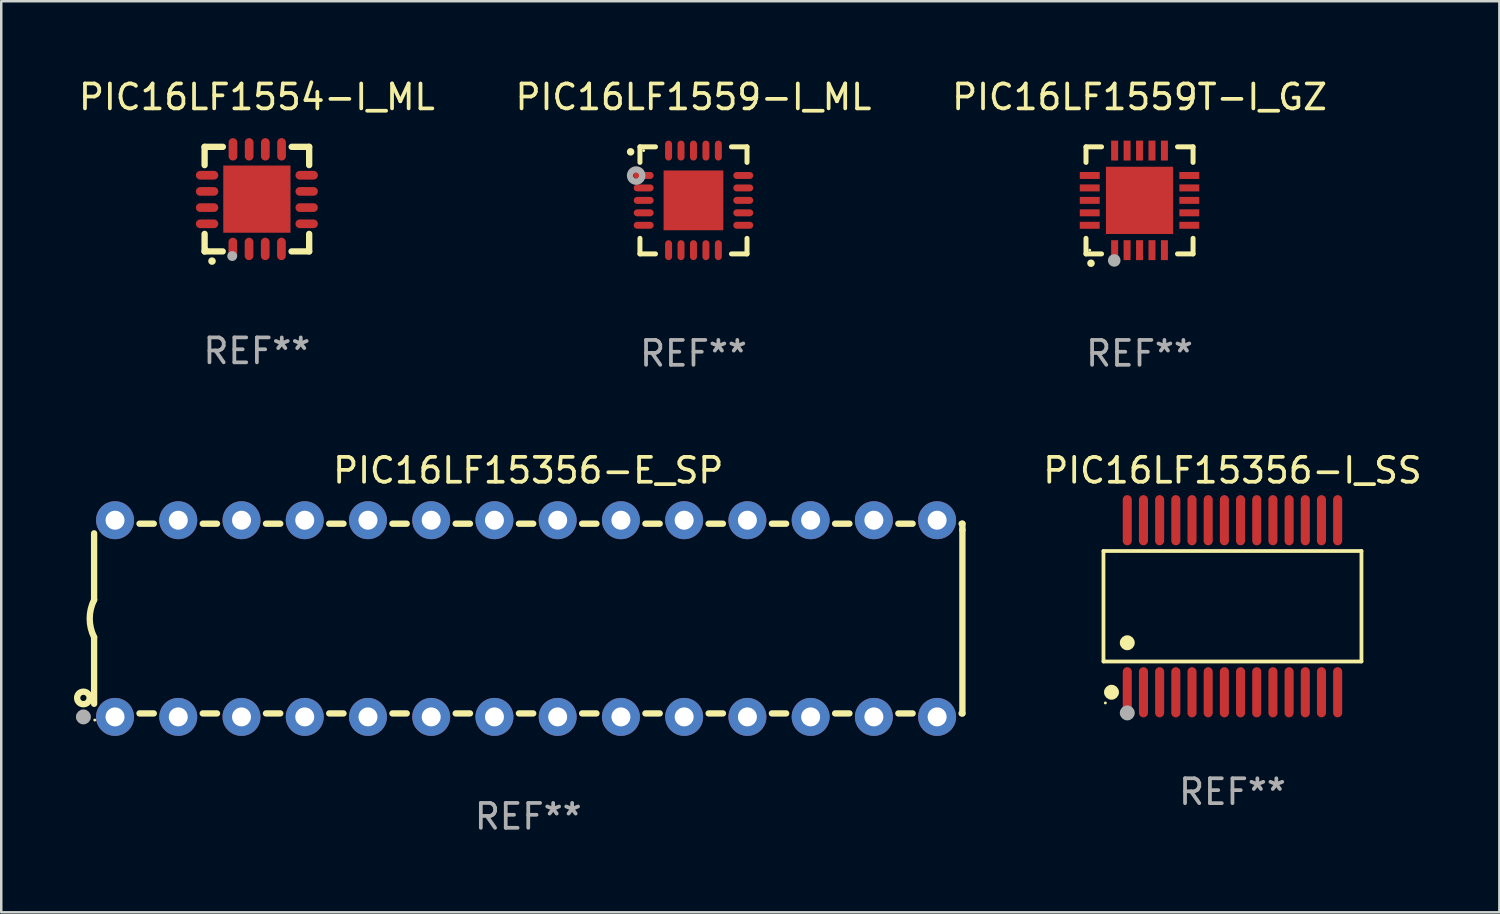
<source format=kicad_pcb>
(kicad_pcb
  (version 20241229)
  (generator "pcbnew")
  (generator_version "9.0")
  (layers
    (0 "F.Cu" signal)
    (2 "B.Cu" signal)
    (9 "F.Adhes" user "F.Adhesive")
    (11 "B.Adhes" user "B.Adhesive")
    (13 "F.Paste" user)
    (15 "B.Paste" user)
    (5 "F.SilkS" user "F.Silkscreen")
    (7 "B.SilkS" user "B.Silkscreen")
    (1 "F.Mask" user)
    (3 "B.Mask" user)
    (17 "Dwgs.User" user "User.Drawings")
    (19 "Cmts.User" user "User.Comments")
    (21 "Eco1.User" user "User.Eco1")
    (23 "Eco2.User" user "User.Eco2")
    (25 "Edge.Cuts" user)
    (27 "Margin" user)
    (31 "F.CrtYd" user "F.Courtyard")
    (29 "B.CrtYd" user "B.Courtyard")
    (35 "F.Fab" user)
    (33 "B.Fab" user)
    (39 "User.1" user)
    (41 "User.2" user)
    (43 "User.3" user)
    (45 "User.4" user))
  (footprint "PIC16LF15356-E_SP"
    (layer "F.Cu")
    (at 18.168 21.795)
    (property "Reference" "PIC16LF15356-E_SP" (at 0 -5.95 0) (layer "F.SilkS") (effects (font (size 1 1) (thickness 0.15))))
    (attr through_hole)
    (fp_line (start -17.438 0.75) (end -17.438 3.423) (stroke (width 0.254) (type solid)) (layer "F.SilkS"))
    (fp_line (start -17.438 -3.423) (end -17.438 -0.75) (stroke (width 0.254) (type solid)) (layer "F.SilkS"))
    (fp_line (start -15.615 3.81) (end -15.041 3.81) (stroke (width 0.254) (type solid)) (layer "F.SilkS"))
    (fp_line (start -15.041 -3.81) (end -15.614 -3.81) (stroke (width 0.254) (type solid)) (layer "F.SilkS"))
    (fp_line (start -13.075 3.81) (end -12.501 3.81) (stroke (width 0.254) (type solid)) (layer "F.SilkS"))
    (fp_line (start -12.501 -3.81) (end -13.074 -3.81) (stroke (width 0.254) (type solid)) (layer "F.SilkS"))
    (fp_line (start -10.535 3.81) (end -9.961 3.81) (stroke (width 0.254) (type solid)) (layer "F.SilkS"))
    (fp_line (start -9.961 -3.81) (end -10.534 -3.81) (stroke (width 0.254) (type solid)) (layer "F.SilkS"))
    (fp_line (start -7.995 3.81) (end -7.421 3.81) (stroke (width 0.254) (type solid)) (layer "F.SilkS"))
    (fp_line (start -7.421 -3.81) (end -7.995 -3.81) (stroke (width 0.254) (type solid)) (layer "F.SilkS"))
    (fp_line (start -5.455 3.81) (end -4.881 3.81) (stroke (width 0.254) (type solid)) (layer "F.SilkS"))
    (fp_line (start -4.881 -3.81) (end -5.455 -3.81) (stroke (width 0.254) (type solid)) (layer "F.SilkS"))
    (fp_line (start -2.915 3.81) (end -2.341 3.81) (stroke (width 0.254) (type solid)) (layer "F.SilkS"))
    (fp_line (start -2.341 -3.81) (end -2.915 -3.81) (stroke (width 0.254) (type solid)) (layer "F.SilkS"))
    (fp_line (start -0.375 3.81) (end 0.199 3.81) (stroke (width 0.254) (type solid)) (layer "F.SilkS"))
    (fp_line (start 0.199 -3.81) (end -0.375 -3.81) (stroke (width 0.254) (type solid)) (layer "F.SilkS"))
    (fp_line (start 2.165 3.81) (end 2.739 3.81) (stroke (width 0.254) (type solid)) (layer "F.SilkS"))
    (fp_line (start 2.739 -3.81) (end 2.165 -3.81) (stroke (width 0.254) (type solid)) (layer "F.SilkS"))
    (fp_line (start 4.705 3.81) (end 5.279 3.81) (stroke (width 0.254) (type solid)) (layer "F.SilkS"))
    (fp_line (start 5.279 -3.81) (end 4.705 -3.81) (stroke (width 0.254) (type solid)) (layer "F.SilkS"))
    (fp_line (start 7.245 3.81) (end 7.819 3.81) (stroke (width 0.254) (type solid)) (layer "F.SilkS"))
    (fp_line (start 7.819 -3.81) (end 7.245 -3.81) (stroke (width 0.254) (type solid)) (layer "F.SilkS"))
    (fp_line (start 9.785 3.81) (end 10.359 3.81) (stroke (width 0.254) (type solid)) (layer "F.SilkS"))
    (fp_line (start 10.359 -3.81) (end 9.785 -3.81) (stroke (width 0.254) (type solid)) (layer "F.SilkS"))
    (fp_line (start 12.325 3.81) (end 12.899 3.81) (stroke (width 0.254) (type solid)) (layer "F.SilkS"))
    (fp_line (start 12.899 -3.81) (end 12.325 -3.81) (stroke (width 0.254) (type solid)) (layer "F.SilkS"))
    (fp_line (start 14.865 3.81) (end 15.439 3.81) (stroke (width 0.254) (type solid)) (layer "F.SilkS"))
    (fp_line (start 15.439 -3.81) (end 14.865 -3.81) (stroke (width 0.254) (type solid)) (layer "F.SilkS"))
    (fp_line (start 17.405 3.81) (end 17.438 3.81) (stroke (width 0.254) (type solid)) (layer "F.SilkS"))
    (fp_line (start 17.438 -3.81) (end 17.405 -3.81) (stroke (width 0.254) (type solid)) (layer "F.SilkS"))
    (fp_line (start 17.438 -3.556) (end 17.438 -3.81) (stroke (width 0.254) (type solid)) (layer "F.SilkS"))
    (fp_line (start 17.438 3.81) (end 17.438 -3.556) (stroke (width 0.254) (type solid)) (layer "F.SilkS"))
    (fp_arc (start -17.437986 0.749657) (mid -17.614887 -0.000024) (end -17.437783 -0.749657) (stroke (width 0.254001) (type solid)) (layer "F.SilkS"))
    (fp_circle (center -17.868 3.188) (end -17.743 3.188) (stroke (width 0.254) (type solid)) (fill no) (layer "F.SilkS"))
    (fp_circle (center -17.411 4.077) (end -17.381 4.077) (stroke (width 0.06) (type solid)) (fill no) (layer "F.SilkS"))
    (fp_circle (center -17.868 3.95) (end -17.718 3.95) (stroke (width 0.3) (type solid)) (fill no) (layer "F.Fab"))
    (fp_text user "REF**" (at 0 7.95 0) (layer "F.Fab") (effects (font (size 1 1) (thickness 0.15))))
    (pad "1" thru_hole circle (at -16.598 3.95) (size 1.524 1.524) (drill 0.762) (layers "*.Cu" "*.Mask"))
    (pad "2" thru_hole circle (at -14.058 3.95) (size 1.524 1.524) (drill 0.762) (layers "*.Cu" "*.Mask"))
    (pad "3" thru_hole circle (at -11.518 3.95) (size 1.524 1.524) (drill 0.762) (layers "*.Cu" "*.Mask"))
    (pad "4" thru_hole circle (at -8.978 3.95) (size 1.524 1.524) (drill 0.762) (layers "*.Cu" "*.Mask"))
    (pad "5" thru_hole circle (at -6.438 3.95) (size 1.524 1.524) (drill 0.762) (layers "*.Cu" "*.Mask"))
    (pad "6" thru_hole circle (at -3.898 3.95) (size 1.524 1.524) (drill 0.762) (layers "*.Cu" "*.Mask"))
    (pad "7" thru_hole circle (at -1.358 3.95) (size 1.524 1.524) (drill 0.762) (layers "*.Cu" "*.Mask"))
    (pad "8" thru_hole circle (at 1.182 3.95) (size 1.524 1.524) (drill 0.762) (layers "*.Cu" "*.Mask"))
    (pad "9" thru_hole circle (at 3.722 3.95) (size 1.524 1.524) (drill 0.762) (layers "*.Cu" "*.Mask"))
    (pad "10" thru_hole circle (at 6.262 3.95) (size 1.524 1.524) (drill 0.762) (layers "*.Cu" "*.Mask"))
    (pad "11" thru_hole circle (at 8.802 3.95) (size 1.524 1.524) (drill 0.762) (layers "*.Cu" "*.Mask"))
    (pad "12" thru_hole circle (at 11.342 3.95) (size 1.524 1.524) (drill 0.762) (layers "*.Cu" "*.Mask"))
    (pad "13" thru_hole circle (at 13.882 3.95) (size 1.524 1.524) (drill 0.762) (layers "*.Cu" "*.Mask"))
    (pad "14" thru_hole circle (at 16.422 3.95) (size 1.524 1.524) (drill 0.762) (layers "*.Cu" "*.Mask"))
    (pad "15" thru_hole circle (at 16.422 -3.95) (size 1.524 1.524) (drill 0.762) (layers "*.Cu" "*.Mask"))
    (pad "16" thru_hole circle (at 13.882 -3.95) (size 1.524 1.524) (drill 0.762) (layers "*.Cu" "*.Mask"))
    (pad "17" thru_hole circle (at 11.342 -3.95) (size 1.524 1.524) (drill 0.762) (layers "*.Cu" "*.Mask"))
    (pad "18" thru_hole circle (at 8.802 -3.95) (size 1.524 1.524) (drill 0.762) (layers "*.Cu" "*.Mask"))
    (pad "19" thru_hole circle (at 6.262 -3.95) (size 1.524 1.524) (drill 0.762) (layers "*.Cu" "*.Mask"))
    (pad "20" thru_hole circle (at 3.722 -3.95) (size 1.524 1.524) (drill 0.762) (layers "*.Cu" "*.Mask"))
    (pad "21" thru_hole circle (at 1.182 -3.95) (size 1.524 1.524) (drill 0.762) (layers "*.Cu" "*.Mask"))
    (pad "22" thru_hole circle (at -1.358 -3.95) (size 1.524 1.524) (drill 0.762) (layers "*.Cu" "*.Mask"))
    (pad "23" thru_hole circle (at -3.898 -3.95) (size 1.524 1.524) (drill 0.762) (layers "*.Cu" "*.Mask"))
    (pad "24" thru_hole circle (at -6.438 -3.95) (size 1.524 1.524) (drill 0.762) (layers "*.Cu" "*.Mask"))
    (pad "25" thru_hole circle (at -8.978 -3.95) (size 1.524 1.524) (drill 0.762) (layers "*.Cu" "*.Mask"))
    (pad "26" thru_hole circle (at -11.517 -3.95) (size 1.524 1.524) (drill 0.762) (layers "*.Cu" "*.Mask"))
    (pad "27" thru_hole circle (at -14.057 -3.95) (size 1.524 1.524) (drill 0.762) (layers "*.Cu" "*.Mask"))
    (pad "28" thru_hole circle (at -16.597 -3.95) (size 1.524 1.524) (drill 0.762) (layers "*.Cu" "*.Mask")))
  (footprint "PIC16LF1559T-I_GZ"
    (layer "F.Cu")
    (at 42.72 4.998)
    (property "Reference" "PIC16LF1559T-I_GZ" (at 0 -4.15 0) (layer "F.SilkS") (effects (font (size 1 1) (thickness 0.15))))
    (attr through_hole)
    (fp_line (start -2.15 -2.15) (end -2.15 -1.525) (stroke (width 0.2) (type solid)) (layer "F.SilkS"))
    (fp_line (start -2.15 2.15) (end -2.15 1.525) (stroke (width 0.2) (type solid)) (layer "F.SilkS"))
    (fp_line (start -1.525 -2.15) (end -2.15 -2.15) (stroke (width 0.2) (type solid)) (layer "F.SilkS"))
    (fp_line (start -1.525 2.15) (end -2.15 2.15) (stroke (width 0.2) (type solid)) (layer "F.SilkS"))
    (fp_line (start 1.525 2.15) (end 2.15 2.15) (stroke (width 0.2) (type solid)) (layer "F.SilkS"))
    (fp_line (start 2.15 -2.15) (end 1.525 -2.15) (stroke (width 0.2) (type solid)) (layer "F.SilkS"))
    (fp_line (start 2.15 -1.525) (end 2.15 -2.15) (stroke (width 0.2) (type solid)) (layer "F.SilkS"))
    (fp_line (start 2.15 2.15) (end 2.15 1.525) (stroke (width 0.2) (type solid)) (layer "F.SilkS"))
    (fp_arc (start -1.950724 2.524765) (mid -1.949454 2.52476) (end -1.948184 2.524765) (stroke (width 0.3) (type solid)) (layer "F.SilkS"))
    (fp_circle (center -2 2) (end -1.97 2) (stroke (width 0.06) (type solid)) (fill no) (layer "F.SilkS"))
    (fp_circle (center -1.016 2.413) (end -0.889 2.413) (stroke (width 0.254) (type solid)) (fill no) (layer "F.Fab"))
    (fp_text user "REF**" (at 0 6.15 0) (layer "F.Fab") (effects (font (size 1 1) (thickness 0.15))))
    (pad "1" smd rect (at -1 2 180) (size 0.28 0.8) (layers "F.Cu" "F.Mask" "F.Paste"))
    (pad "2" smd rect (at -0.5 2 180) (size 0.28 0.8) (layers "F.Cu" "F.Mask" "F.Paste"))
    (pad "3" smd rect (at 0 2 180) (size 0.28 0.8) (layers "F.Cu" "F.Mask" "F.Paste"))
    (pad "4" smd rect (at 0.5 2 180) (size 0.28 0.8) (layers "F.Cu" "F.Mask" "F.Paste"))
    (pad "5" smd rect (at 1 2 180) (size 0.28 0.8) (layers "F.Cu" "F.Mask" "F.Paste"))
    (pad "6" smd rect (at 2 1 90) (size 0.28 0.8) (layers "F.Cu" "F.Mask" "F.Paste"))
    (pad "7" smd rect (at 2 0.5 90) (size 0.28 0.8) (layers "F.Cu" "F.Mask" "F.Paste"))
    (pad "8" smd rect (at 2 0 90) (size 0.28 0.8) (layers "F.Cu" "F.Mask" "F.Paste"))
    (pad "9" smd rect (at 2 -0.5 90) (size 0.28 0.8) (layers "F.Cu" "F.Mask" "F.Paste"))
    (pad "10" smd rect (at 2 -1 90) (size 0.28 0.8) (layers "F.Cu" "F.Mask" "F.Paste"))
    (pad "11" smd rect (at 1 -2 180) (size 0.28 0.8) (layers "F.Cu" "F.Mask" "F.Paste"))
    (pad "12" smd rect (at 0.5 -2 180) (size 0.28 0.8) (layers "F.Cu" "F.Mask" "F.Paste"))
    (pad "13" smd rect (at 0 -2 180) (size 0.28 0.8) (layers "F.Cu" "F.Mask" "F.Paste"))
    (pad "14" smd rect (at -0.5 -2 180) (size 0.28 0.8) (layers "F.Cu" "F.Mask" "F.Paste"))
    (pad "15" smd rect (at -1 -2 180) (size 0.28 0.8) (layers "F.Cu" "F.Mask" "F.Paste"))
    (pad "16" smd rect (at -2 -1 90) (size 0.28 0.8) (layers "F.Cu" "F.Mask" "F.Paste"))
    (pad "17" smd rect (at -2 -0.5 90) (size 0.28 0.8) (layers "F.Cu" "F.Mask" "F.Paste"))
    (pad "18" smd rect (at -2 0 90) (size 0.28 0.8) (layers "F.Cu" "F.Mask" "F.Paste"))
    (pad "19" smd rect (at -2 0.5 90) (size 0.28 0.8) (layers "F.Cu" "F.Mask" "F.Paste"))
    (pad "20" smd rect (at -2 1 90) (size 0.28 0.8) (layers "F.Cu" "F.Mask" "F.Paste"))
    (pad "21" smd rect (at 0 0 90) (size 2.7 2.7) (layers "F.Cu" "F.Mask" "F.Paste")))
  (footprint "PIC16LF15356-I_SS"
    (layer "F.Cu")
    (at 46.453 21.3)
    (property "Reference" "PIC16LF15356-I_SS" (at 0 -5.455 0) (layer "F.SilkS") (effects (font (size 1 1) (thickness 0.15))))
    (attr through_hole)
    (fp_line (start -5.181 -2.219) (end 5.181 -2.219) (stroke (width 0.152) (type solid)) (layer "F.SilkS"))
    (fp_line (start -5.181 2.219) (end -5.181 -2.219) (stroke (width 0.152) (type solid)) (layer "F.SilkS"))
    (fp_line (start 5.181 -2.219) (end 5.181 2.219) (stroke (width 0.152) (type solid)) (layer "F.SilkS"))
    (fp_line (start 5.181 2.219) (end -5.181 2.219) (stroke (width 0.152) (type solid)) (layer "F.SilkS"))
    (fp_circle (center -5.105 3.885) (end -5.075 3.885) (stroke (width 0.06) (type solid)) (fill no) (layer "F.SilkS"))
    (fp_circle (center -4.859 3.455) (end -4.709 3.455) (stroke (width 0.3) (type solid)) (fill no) (layer "F.SilkS"))
    (fp_circle (center -4.225 1.467) (end -4.075 1.467) (stroke (width 0.3) (type solid)) (fill no) (layer "F.SilkS"))
    (fp_circle (center -4.225 4.285) (end -4.075 4.285) (stroke (width 0.3) (type solid)) (fill no) (layer "F.Fab"))
    (fp_text user "REF**" (at 0 7.455 0) (layer "F.Fab") (effects (font (size 1 1) (thickness 0.15))))
    (pad "1" smd oval (at -4.225 3.455) (size 0.364 2.015) (layers "F.Cu" "F.Mask" "F.Paste"))
    (pad "2" smd oval (at -3.575 3.455) (size 0.364 2.015) (layers "F.Cu" "F.Mask" "F.Paste"))
    (pad "3" smd oval (at -2.925 3.455) (size 0.364 2.015) (layers "F.Cu" "F.Mask" "F.Paste"))
    (pad "4" smd oval (at -2.275 3.455) (size 0.364 2.015) (layers "F.Cu" "F.Mask" "F.Paste"))
    (pad "5" smd oval (at -1.625 3.455) (size 0.364 2.015) (layers "F.Cu" "F.Mask" "F.Paste"))
    (pad "6" smd oval (at -0.975 3.455) (size 0.364 2.015) (layers "F.Cu" "F.Mask" "F.Paste"))
    (pad "7" smd oval (at -0.325 3.455) (size 0.364 2.015) (layers "F.Cu" "F.Mask" "F.Paste"))
    (pad "8" smd oval (at 0.325 3.455) (size 0.364 2.015) (layers "F.Cu" "F.Mask" "F.Paste"))
    (pad "9" smd oval (at 0.975 3.455) (size 0.364 2.015) (layers "F.Cu" "F.Mask" "F.Paste"))
    (pad "10" smd oval (at 1.625 3.455) (size 0.364 2.015) (layers "F.Cu" "F.Mask" "F.Paste"))
    (pad "11" smd oval (at 2.275 3.455) (size 0.364 2.015) (layers "F.Cu" "F.Mask" "F.Paste"))
    (pad "12" smd oval (at 2.925 3.455) (size 0.364 2.015) (layers "F.Cu" "F.Mask" "F.Paste"))
    (pad "13" smd oval (at 3.575 3.455) (size 0.364 2.015) (layers "F.Cu" "F.Mask" "F.Paste"))
    (pad "14" smd oval (at 4.225 3.455) (size 0.364 2.015) (layers "F.Cu" "F.Mask" "F.Paste"))
    (pad "15" smd oval (at 4.225 -3.455) (size 0.364 2.015) (layers "F.Cu" "F.Mask" "F.Paste"))
    (pad "16" smd oval (at 3.575 -3.455) (size 0.364 2.015) (layers "F.Cu" "F.Mask" "F.Paste"))
    (pad "17" smd oval (at 2.925 -3.455) (size 0.364 2.015) (layers "F.Cu" "F.Mask" "F.Paste"))
    (pad "18" smd oval (at 2.275 -3.455) (size 0.364 2.015) (layers "F.Cu" "F.Mask" "F.Paste"))
    (pad "19" smd oval (at 1.625 -3.455) (size 0.364 2.015) (layers "F.Cu" "F.Mask" "F.Paste"))
    (pad "20" smd oval (at 0.975 -3.455) (size 0.364 2.015) (layers "F.Cu" "F.Mask" "F.Paste"))
    (pad "21" smd oval (at 0.325 -3.455) (size 0.364 2.015) (layers "F.Cu" "F.Mask" "F.Paste"))
    (pad "22" smd oval (at -0.325 -3.455) (size 0.364 2.015) (layers "F.Cu" "F.Mask" "F.Paste"))
    (pad "23" smd oval (at -0.975 -3.455) (size 0.364 2.015) (layers "F.Cu" "F.Mask" "F.Paste"))
    (pad "24" smd oval (at -1.625 -3.455) (size 0.364 2.015) (layers "F.Cu" "F.Mask" "F.Paste"))
    (pad "25" smd oval (at -2.275 -3.455) (size 0.364 2.015) (layers "F.Cu" "F.Mask" "F.Paste"))
    (pad "26" smd oval (at -2.925 -3.455) (size 0.364 2.015) (layers "F.Cu" "F.Mask" "F.Paste"))
    (pad "27" smd oval (at -3.575 -3.455) (size 0.364 2.015) (layers "F.Cu" "F.Mask" "F.Paste"))
    (pad "28" smd oval (at -4.225 -3.455) (size 0.364 2.015) (layers "F.Cu" "F.Mask" "F.Paste")))
  (footprint "PIC16LF1554-I_ML"
    (layer "F.Cu")
    (at 7.268 4.948)
    (property "Reference" "PIC16LF1554-I_ML" (at 0 -4.1 0) (layer "F.SilkS") (effects (font (size 1 1) (thickness 0.15))))
    (attr through_hole)
    (fp_line (start -2.1 -2.1) (end -1.366 -2.1) (stroke (width 0.254) (type solid)) (layer "F.SilkS"))
    (fp_line (start -2.1 -1.366) (end -2.1 -2.1) (stroke (width 0.254) (type solid)) (layer "F.SilkS"))
    (fp_line (start -2.1 2.1) (end -2.1 1.397) (stroke (width 0.254) (type solid)) (layer "F.SilkS"))
    (fp_line (start -2.1 2.1) (end -1.371 2.1) (stroke (width 0.254) (type solid)) (layer "F.SilkS"))
    (fp_line (start 1.392 2.1) (end 2.1 2.1) (stroke (width 0.254) (type solid)) (layer "F.SilkS"))
    (fp_line (start 1.397 -2.1) (end 2.1 -2.1) (stroke (width 0.254) (type solid)) (layer "F.SilkS"))
    (fp_line (start 2.1 -1.366) (end 2.1 -2.1) (stroke (width 0.254) (type solid)) (layer "F.SilkS"))
    (fp_line (start 2.1 2.1) (end 2.1 1.397) (stroke (width 0.254) (type solid)) (layer "F.SilkS"))
    (fp_arc (start -1.803404 2.489205) (mid -1.802134 2.4892) (end -1.800864 2.489205) (stroke (width 0.3) (type solid)) (layer "F.SilkS"))
    (fp_circle (center -2 2) (end -1.97 2) (stroke (width 0.06) (type solid)) (fill no) (layer "F.SilkS"))
    (fp_circle (center -0.991 2.286) (end -0.891 2.286) (stroke (width 0.2) (type solid)) (fill no) (layer "F.Fab"))
    (fp_text user "REF**" (at 0 6.1 0) (layer "F.Fab") (effects (font (size 1 1) (thickness 0.15))))
    (pad "1" smd oval (at -0.965 2) (size 0.35 0.9) (layers "F.Cu" "F.Mask" "F.Paste"))
    (pad "2" smd oval (at -0.315 2) (size 0.35 0.9) (layers "F.Cu" "F.Mask" "F.Paste"))
    (pad "3" smd oval (at 0.335 2) (size 0.35 0.9) (layers "F.Cu" "F.Mask" "F.Paste"))
    (pad "4" smd oval (at 0.986 2) (size 0.35 0.9) (layers "F.Cu" "F.Mask" "F.Paste"))
    (pad "5" smd oval (at 2 0.991 90) (size 0.35 0.9) (layers "F.Cu" "F.Mask" "F.Paste"))
    (pad "6" smd oval (at 2 0.34 90) (size 0.35 0.9) (layers "F.Cu" "F.Mask" "F.Paste"))
    (pad "7" smd oval (at 2 -0.31 90) (size 0.35 0.9) (layers "F.Cu" "F.Mask" "F.Paste"))
    (pad "8" smd oval (at 2 -0.96 90) (size 0.35 0.9) (layers "F.Cu" "F.Mask" "F.Paste"))
    (pad "9" smd oval (at 0.991 -2) (size 0.35 0.9) (layers "F.Cu" "F.Mask" "F.Paste"))
    (pad "10" smd oval (at 0.34 -2) (size 0.35 0.9) (layers "F.Cu" "F.Mask" "F.Paste"))
    (pad "11" smd oval (at -0.31 -2) (size 0.35 0.9) (layers "F.Cu" "F.Mask" "F.Paste"))
    (pad "12" smd oval (at -0.96 -2) (size 0.35 0.9) (layers "F.Cu" "F.Mask" "F.Paste"))
    (pad "13" smd oval (at -2 -0.96 90) (size 0.35 0.9) (layers "F.Cu" "F.Mask" "F.Paste"))
    (pad "14" smd oval (at -2 -0.31 90) (size 0.35 0.9) (layers "F.Cu" "F.Mask" "F.Paste"))
    (pad "15" smd oval (at -2 0.34 90) (size 0.35 0.9) (layers "F.Cu" "F.Mask" "F.Paste"))
    (pad "16" smd oval (at -2 0.991 90) (size 0.35 0.9) (layers "F.Cu" "F.Mask" "F.Paste"))
    (pad "17" smd rect (at 0 0 90) (size 2.7 2.7) (layers "F.Cu" "F.Mask" "F.Paste")))
  (footprint "PIC16LF1559-I_ML"
    (layer "F.Cu")
    (at 24.804 4.998)
    (property "Reference" "PIC16LF1559-I_ML" (at 0 -4.15 0) (layer "F.SilkS") (effects (font (size 1 1) (thickness 0.15))))
    (attr through_hole)
    (fp_line (start -2.15 -2.15) (end -1.525 -2.15) (stroke (width 0.2) (type solid)) (layer "F.SilkS"))
    (fp_line (start -2.15 -1.525) (end -2.15 -2.15) (stroke (width 0.2) (type solid)) (layer "F.SilkS"))
    (fp_line (start -2.15 1.525) (end -2.15 2.15) (stroke (width 0.2) (type solid)) (layer "F.SilkS"))
    (fp_line (start -2.15 2.15) (end -1.525 2.15) (stroke (width 0.2) (type solid)) (layer "F.SilkS"))
    (fp_line (start 1.525 2.15) (end 2.15 2.15) (stroke (width 0.2) (type solid)) (layer "F.SilkS"))
    (fp_line (start 2.15 -2.15) (end 1.525 -2.15) (stroke (width 0.2) (type solid)) (layer "F.SilkS"))
    (fp_line (start 2.15 -1.525) (end 2.15 -2.15) (stroke (width 0.2) (type solid)) (layer "F.SilkS"))
    (fp_line (start 2.15 2.15) (end 2.15 1.525) (stroke (width 0.2) (type solid)) (layer "F.SilkS"))
    (fp_arc (start -2.524765 -1.948184) (mid -2.52477 -1.949454) (end -2.524765 -1.950724) (stroke (width 0.3) (type solid)) (layer "F.SilkS"))
    (fp_circle (center -2 -2) (end -1.97 -2) (stroke (width 0.06) (type solid)) (fill no) (layer "F.SilkS"))
    (fp_circle (center -2.302 -0.996) (end -2.183 -0.996) (stroke (width 0.254) (type solid)) (fill no) (layer "F.Fab"))
    (fp_text user "REF**" (at 0 6.15 0) (layer "F.Fab") (effects (font (size 1 1) (thickness 0.15))))
    (pad "1" smd oval (at -2 -1 90) (size 0.28 0.8) (layers "F.Cu" "F.Mask" "F.Paste"))
    (pad "2" smd oval (at -2 -0.5 90) (size 0.28 0.8) (layers "F.Cu" "F.Mask" "F.Paste"))
    (pad "3" smd oval (at -2 -0.000051 90) (size 0.28 0.8) (layers "F.Cu" "F.Mask" "F.Paste"))
    (pad "4" smd oval (at -2 0.5 90) (size 0.28 0.8) (layers "F.Cu" "F.Mask" "F.Paste"))
    (pad "5" smd oval (at -2 1 90) (size 0.28 0.8) (layers "F.Cu" "F.Mask" "F.Paste"))
    (pad "6" smd oval (at -1 2) (size 0.28 0.8) (layers "F.Cu" "F.Mask" "F.Paste"))
    (pad "7" smd oval (at -0.5 2) (size 0.28 0.8) (layers "F.Cu" "F.Mask" "F.Paste"))
    (pad "8" smd oval (at -0.000051 2) (size 0.28 0.8) (layers "F.Cu" "F.Mask" "F.Paste"))
    (pad "9" smd oval (at 0.5 2) (size 0.28 0.8) (layers "F.Cu" "F.Mask" "F.Paste"))
    (pad "10" smd oval (at 1 2) (size 0.28 0.8) (layers "F.Cu" "F.Mask" "F.Paste"))
    (pad "11" smd oval (at 2 1 90) (size 0.28 0.8) (layers "F.Cu" "F.Mask" "F.Paste"))
    (pad "12" smd oval (at 2 0.5 90) (size 0.28 0.8) (layers "F.Cu" "F.Mask" "F.Paste"))
    (pad "13" smd oval (at 2 -0.000051 90) (size 0.28 0.8) (layers "F.Cu" "F.Mask" "F.Paste"))
    (pad "14" smd oval (at 2 -0.5 90) (size 0.28 0.8) (layers "F.Cu" "F.Mask" "F.Paste"))
    (pad "15" smd oval (at 2 -1 90) (size 0.28 0.8) (layers "F.Cu" "F.Mask" "F.Paste"))
    (pad "16" smd oval (at 1 -2) (size 0.28 0.8) (layers "F.Cu" "F.Mask" "F.Paste"))
    (pad "17" smd oval (at 0.5 -2) (size 0.28 0.8) (layers "F.Cu" "F.Mask" "F.Paste"))
    (pad "18" smd oval (at -0.000051 -2) (size 0.28 0.8) (layers "F.Cu" "F.Mask" "F.Paste"))
    (pad "19" smd oval (at -0.5 -2) (size 0.28 0.8) (layers "F.Cu" "F.Mask" "F.Paste"))
    (pad "20" smd oval (at -1 -2) (size 0.28 0.8) (layers "F.Cu" "F.Mask" "F.Paste"))
    (pad "21" smd rect (at -0.000051 -0.000051) (size 2.4 2.4) (layers "F.Cu" "F.Mask" "F.Paste")))
  (gr_rect
    (start -3 -3)
    (end 57.174 33.593)
    (stroke (width 0.1) (type default))
    (fill no)
    (layer "Edge.Cuts")))
</source>
